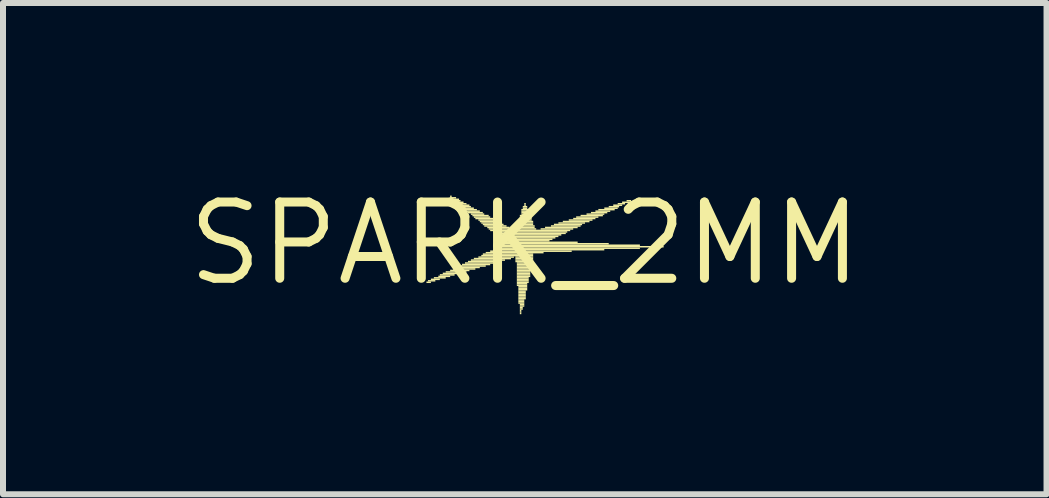
<source format=kicad_pcb>
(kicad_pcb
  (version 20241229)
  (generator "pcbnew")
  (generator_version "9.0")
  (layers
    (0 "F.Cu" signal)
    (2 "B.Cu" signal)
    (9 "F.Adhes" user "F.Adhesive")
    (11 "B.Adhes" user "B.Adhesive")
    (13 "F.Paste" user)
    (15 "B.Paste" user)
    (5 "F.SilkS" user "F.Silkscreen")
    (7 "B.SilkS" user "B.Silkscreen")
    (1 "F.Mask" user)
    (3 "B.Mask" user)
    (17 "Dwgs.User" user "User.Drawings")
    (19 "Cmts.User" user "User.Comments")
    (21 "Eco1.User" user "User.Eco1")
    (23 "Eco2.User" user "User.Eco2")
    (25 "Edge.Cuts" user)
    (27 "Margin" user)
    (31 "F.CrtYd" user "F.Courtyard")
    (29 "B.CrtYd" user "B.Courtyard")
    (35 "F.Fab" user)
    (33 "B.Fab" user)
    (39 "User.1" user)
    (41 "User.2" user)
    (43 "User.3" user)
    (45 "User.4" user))
  (footprint "SPARK_2MM"
    (layer "F.Cu")
    (at 5.692 1.006)
    (property "Reference" "SPARK_2MM" (at 0 0 0) (layer "F.SilkS") (effects (font (size 1.27 1.27) (thickness 0.15))))
    (fp_poly (pts (xy -1.638 0.659) (xy -1.564 0.659) (xy -1.564 0.634) (xy -1.638 0.634)) (stroke (width 0) (type default)) (fill yes) (layer "F.SilkS"))
    (fp_poly (pts (xy -1.613 0.634) (xy -1.49 0.634) (xy -1.49 0.61) (xy -1.613 0.61)) (stroke (width 0) (type default)) (fill yes) (layer "F.SilkS"))
    (fp_poly (pts (xy -1.564 0.61) (xy -1.415 0.61) (xy -1.415 0.585) (xy -1.564 0.585)) (stroke (width 0) (type default)) (fill yes) (layer "F.SilkS"))
    (fp_poly (pts (xy -1.514 0.585) (xy -1.317 0.585) (xy -1.317 0.56) (xy -1.514 0.56)) (stroke (width 0) (type default)) (fill yes) (layer "F.SilkS"))
    (fp_poly (pts (xy -1.44 0.56) (xy -1.243 0.56) (xy -1.243 0.536) (xy -1.44 0.536)) (stroke (width 0) (type default)) (fill yes) (layer "F.SilkS"))
    (fp_poly (pts (xy -1.415 0.536) (xy -1.169 0.536) (xy -1.169 0.511) (xy -1.415 0.511)) (stroke (width 0) (type default)) (fill yes) (layer "F.SilkS"))
    (fp_poly (pts (xy -1.366 0.511) (xy -1.094 0.511) (xy -1.094 0.486) (xy -1.366 0.486)) (stroke (width 0) (type default)) (fill yes) (layer "F.SilkS"))
    (fp_poly (pts (xy -1.317 0.486) (xy -0.971 0.486) (xy -0.971 0.462) (xy -1.317 0.462)) (stroke (width 0) (type default)) (fill yes) (layer "F.SilkS"))
    (fp_poly (pts (xy -1.243 -0.773) (xy -1.218 -0.773) (xy -1.218 -0.798) (xy -1.243 -0.798)) (stroke (width 0) (type default)) (fill yes) (layer "F.SilkS"))
    (fp_poly (pts (xy -1.243 -0.748) (xy -1.144 -0.748) (xy -1.144 -0.773) (xy -1.243 -0.773)) (stroke (width 0) (type default)) (fill yes) (layer "F.SilkS"))
    (fp_poly (pts (xy -1.243 0.462) (xy -0.922 0.462) (xy -0.922 0.437) (xy -1.243 0.437)) (stroke (width 0) (type default)) (fill yes) (layer "F.SilkS"))
    (fp_poly (pts (xy -1.193 -0.724) (xy -1.094 -0.724) (xy -1.094 -0.748) (xy -1.193 -0.748)) (stroke (width 0) (type default)) (fill yes) (layer "F.SilkS"))
    (fp_poly (pts (xy -1.193 0.437) (xy -0.823 0.437) (xy -0.823 0.412) (xy -1.193 0.412)) (stroke (width 0) (type default)) (fill yes) (layer "F.SilkS"))
    (fp_poly (pts (xy -1.169 -0.699) (xy -1.07 -0.699) (xy -1.07 -0.724) (xy -1.169 -0.724)) (stroke (width 0) (type default)) (fill yes) (layer "F.SilkS"))
    (fp_poly (pts (xy -1.169 0.412) (xy -0.749 0.412) (xy -0.749 0.388) (xy -1.169 0.388)) (stroke (width 0) (type default)) (fill yes) (layer "F.SilkS"))
    (fp_poly (pts (xy -1.144 -0.674) (xy -1.02 -0.674) (xy -1.02 -0.699) (xy -1.144 -0.699)) (stroke (width 0) (type default)) (fill yes) (layer "F.SilkS"))
    (fp_poly (pts (xy -1.119 0.388) (xy -0.65 0.388) (xy -0.65 0.363) (xy -1.119 0.363)) (stroke (width 0) (type default)) (fill yes) (layer "F.SilkS"))
    (fp_poly (pts (xy -1.094 -0.65) (xy -0.971 -0.65) (xy -0.971 -0.674) (xy -1.094 -0.674)) (stroke (width 0) (type default)) (fill yes) (layer "F.SilkS"))
    (fp_poly (pts (xy -1.094 -0.625) (xy -0.922 -0.625) (xy -0.922 -0.65) (xy -1.094 -0.65)) (stroke (width 0) (type default)) (fill yes) (layer "F.SilkS"))
    (fp_poly (pts (xy -1.07 -0.6) (xy -0.897 -0.6) (xy -0.897 -0.625) (xy -1.07 -0.625)) (stroke (width 0) (type default)) (fill yes) (layer "F.SilkS"))
    (fp_poly (pts (xy -1.045 0.363) (xy -0.576 0.363) (xy -0.576 0.338) (xy -1.045 0.338)) (stroke (width 0) (type default)) (fill yes) (layer "F.SilkS"))
    (fp_poly (pts (xy -1.02 -0.575) (xy -0.848 -0.575) (xy -0.848 -0.6) (xy -1.02 -0.6)) (stroke (width 0) (type default)) (fill yes) (layer "F.SilkS"))
    (fp_poly (pts (xy -0.996 -0.551) (xy -0.798 -0.551) (xy -0.798 -0.575) (xy -0.996 -0.575)) (stroke (width 0) (type default)) (fill yes) (layer "F.SilkS"))
    (fp_poly (pts (xy -0.996 0.338) (xy -0.502 0.338) (xy -0.502 0.313) (xy -0.996 0.313)) (stroke (width 0) (type default)) (fill yes) (layer "F.SilkS"))
    (fp_poly (pts (xy -0.971 -0.526) (xy -0.749 -0.526) (xy -0.749 -0.551) (xy -0.971 -0.551)) (stroke (width 0) (type default)) (fill yes) (layer "F.SilkS"))
    (fp_poly (pts (xy -0.946 -0.501) (xy -0.699 -0.501) (xy -0.699 -0.526) (xy -0.946 -0.526)) (stroke (width 0) (type default)) (fill yes) (layer "F.SilkS"))
    (fp_poly (pts (xy -0.946 0.313) (xy -0.428 0.313) (xy -0.428 0.289) (xy -0.946 0.289)) (stroke (width 0) (type default)) (fill yes) (layer "F.SilkS"))
    (fp_poly (pts (xy -0.897 -0.477) (xy -0.675 -0.477) (xy -0.675 -0.501) (xy -0.897 -0.501)) (stroke (width 0) (type default)) (fill yes) (layer "F.SilkS"))
    (fp_poly (pts (xy -0.897 0.289) (xy -0.329 0.289) (xy -0.329 0.264) (xy -0.897 0.264)) (stroke (width 0) (type default)) (fill yes) (layer "F.SilkS"))
    (fp_poly (pts (xy -0.872 -0.452) (xy -0.601 -0.452) (xy -0.601 -0.477) (xy -0.872 -0.477)) (stroke (width 0) (type default)) (fill yes) (layer "F.SilkS"))
    (fp_poly (pts (xy -0.848 -0.427) (xy -0.576 -0.427) (xy -0.576 -0.452) (xy -0.848 -0.452)) (stroke (width 0) (type default)) (fill yes) (layer "F.SilkS"))
    (fp_poly (pts (xy -0.848 0.264) (xy -0.23 0.264) (xy -0.23 0.239) (xy -0.848 0.239)) (stroke (width 0) (type default)) (fill yes) (layer "F.SilkS"))
    (fp_poly (pts (xy -0.823 -0.403) (xy -0.526 -0.403) (xy -0.526 -0.427) (xy -0.823 -0.427)) (stroke (width 0) (type default)) (fill yes) (layer "F.SilkS"))
    (fp_poly (pts (xy -0.773 -0.378) (xy -0.477 -0.378) (xy -0.477 -0.403) (xy -0.773 -0.403)) (stroke (width 0) (type default)) (fill yes) (layer "F.SilkS"))
    (fp_poly (pts (xy -0.773 0.239) (xy -0.181 0.239) (xy -0.181 0.215) (xy -0.773 0.215)) (stroke (width 0) (type default)) (fill yes) (layer "F.SilkS"))
    (fp_poly (pts (xy -0.749 -0.353) (xy -0.428 -0.353) (xy -0.428 -0.378) (xy -0.749 -0.378)) (stroke (width 0) (type default)) (fill yes) (layer "F.SilkS"))
    (fp_poly (pts (xy -0.724 -0.329) (xy -0.378 -0.329) (xy -0.378 -0.353) (xy -0.724 -0.353)) (stroke (width 0) (type default)) (fill yes) (layer "F.SilkS"))
    (fp_poly (pts (xy -0.724 0.215) (xy 0.14 0.215) (xy 0.14 0.19) (xy -0.724 0.19)) (stroke (width 0) (type default)) (fill yes) (layer "F.SilkS"))
    (fp_poly (pts (xy -0.699 -0.304) (xy -0.354 -0.304) (xy -0.354 -0.329) (xy -0.699 -0.329)) (stroke (width 0) (type default)) (fill yes) (layer "F.SilkS"))
    (fp_poly (pts (xy -0.699 0.19) (xy 0.14 0.19) (xy 0.14 0.165) (xy -0.699 0.165)) (stroke (width 0) (type default)) (fill yes) (layer "F.SilkS"))
    (fp_poly (pts (xy -0.675 -0.279) (xy -0.304 -0.279) (xy -0.304 -0.304) (xy -0.675 -0.304)) (stroke (width 0) (type default)) (fill yes) (layer "F.SilkS"))
    (fp_poly (pts (xy -0.65 0.165) (xy 0.313 0.165) (xy 0.313 0.141) (xy -0.65 0.141)) (stroke (width 0) (type default)) (fill yes) (layer "F.SilkS"))
    (fp_poly (pts (xy -0.625 -0.254) (xy -0.255 -0.254) (xy -0.255 -0.279) (xy -0.625 -0.279)) (stroke (width 0) (type default)) (fill yes) (layer "F.SilkS"))
    (fp_poly (pts (xy -0.601 -0.23) (xy -0.206 -0.23) (xy -0.206 -0.254) (xy -0.601 -0.254)) (stroke (width 0) (type default)) (fill yes) (layer "F.SilkS"))
    (fp_poly (pts (xy -0.576 -0.205) (xy -0.181 -0.205) (xy -0.181 -0.23) (xy -0.576 -0.23)) (stroke (width 0) (type default)) (fill yes) (layer "F.SilkS"))
    (fp_poly (pts (xy -0.576 0.141) (xy 0.782 0.141) (xy 0.782 0.116) (xy -0.576 0.116)) (stroke (width 0) (type default)) (fill yes) (layer "F.SilkS"))
    (fp_poly (pts (xy -0.526 -0.18) (xy 0.708 -0.18) (xy 0.708 -0.205) (xy -0.526 -0.205)) (stroke (width 0) (type default)) (fill yes) (layer "F.SilkS"))
    (fp_poly (pts (xy -0.526 0.116) (xy 1.325 0.116) (xy 1.325 0.091) (xy -0.526 0.091)) (stroke (width 0) (type default)) (fill yes) (layer "F.SilkS"))
    (fp_poly (pts (xy -0.502 -0.156) (xy 0.683 -0.156) (xy 0.683 -0.18) (xy -0.502 -0.18)) (stroke (width 0) (type default)) (fill yes) (layer "F.SilkS"))
    (fp_poly (pts (xy -0.502 -0.131) (xy 0.609 -0.131) (xy 0.609 -0.156) (xy -0.502 -0.156)) (stroke (width 0) (type default)) (fill yes) (layer "F.SilkS"))
    (fp_poly (pts (xy -0.502 0.091) (xy 1.918 0.091) (xy 1.918 0.067) (xy -0.502 0.067)) (stroke (width 0) (type default)) (fill yes) (layer "F.SilkS"))
    (fp_poly (pts (xy -0.453 -0.106) (xy 0.56 -0.106) (xy 0.56 -0.131) (xy -0.453 -0.131)) (stroke (width 0) (type default)) (fill yes) (layer "F.SilkS"))
    (fp_poly (pts (xy -0.453 0.067) (xy 2.313 0.067) (xy 2.313 0.042) (xy -0.453 0.042)) (stroke (width 0) (type default)) (fill yes) (layer "F.SilkS"))
    (fp_poly (pts (xy -0.428 -0.082) (xy 0.51 -0.082) (xy 0.51 -0.106) (xy -0.428 -0.106)) (stroke (width 0) (type default)) (fill yes) (layer "F.SilkS"))
    (fp_poly (pts (xy -0.378 -0.057) (xy 0.461 -0.057) (xy 0.461 -0.082) (xy -0.378 -0.082)) (stroke (width 0) (type default)) (fill yes) (layer "F.SilkS"))
    (fp_poly (pts (xy -0.378 -0.032) (xy 0.412 -0.032) (xy 0.412 -0.057) (xy -0.378 -0.057)) (stroke (width 0) (type default)) (fill yes) (layer "F.SilkS"))
    (fp_poly (pts (xy -0.378 0.042) (xy 1.918 0.042) (xy 1.918 0.017) (xy -0.378 0.017)) (stroke (width 0) (type default)) (fill yes) (layer "F.SilkS"))
    (fp_poly (pts (xy -0.329 -0.008) (xy 0.881 -0.008) (xy 0.881 -0.032) (xy -0.329 -0.032)) (stroke (width 0) (type default)) (fill yes) (layer "F.SilkS"))
    (fp_poly (pts (xy -0.329 0.017) (xy 1.399 0.017) (xy 1.399 -0.008) (xy -0.329 -0.008)) (stroke (width 0) (type default)) (fill yes) (layer "F.SilkS"))
    (fp_poly (pts (xy -0.156 -0.205) (xy 0.757 -0.205) (xy 0.757 -0.23) (xy -0.156 -0.23)) (stroke (width 0) (type default)) (fill yes) (layer "F.SilkS"))
    (fp_poly (pts (xy -0.156 0.239) (xy 0.14 0.239) (xy 0.14 0.215) (xy -0.156 0.215)) (stroke (width 0) (type default)) (fill yes) (layer "F.SilkS"))
    (fp_poly (pts (xy -0.156 0.264) (xy 0.14 0.264) (xy 0.14 0.239) (xy -0.156 0.239)) (stroke (width 0) (type default)) (fill yes) (layer "F.SilkS"))
    (fp_poly (pts (xy -0.156 0.289) (xy 0.14 0.289) (xy 0.14 0.264) (xy -0.156 0.264)) (stroke (width 0) (type default)) (fill yes) (layer "F.SilkS"))
    (fp_poly (pts (xy -0.156 0.313) (xy 0.14 0.313) (xy 0.14 0.289) (xy -0.156 0.289)) (stroke (width 0) (type default)) (fill yes) (layer "F.SilkS"))
    (fp_poly (pts (xy -0.132 -0.329) (xy 0.14 -0.329) (xy 0.14 -0.353) (xy -0.132 -0.353)) (stroke (width 0) (type default)) (fill yes) (layer "F.SilkS"))
    (fp_poly (pts (xy -0.132 -0.304) (xy 0.14 -0.304) (xy 0.14 -0.329) (xy -0.132 -0.329)) (stroke (width 0) (type default)) (fill yes) (layer "F.SilkS"))
    (fp_poly (pts (xy -0.132 -0.279) (xy 0.165 -0.279) (xy 0.165 -0.304) (xy -0.132 -0.304)) (stroke (width 0) (type default)) (fill yes) (layer "F.SilkS"))
    (fp_poly (pts (xy -0.132 -0.254) (xy 0.165 -0.254) (xy 0.165 -0.279) (xy -0.132 -0.279)) (stroke (width 0) (type default)) (fill yes) (layer "F.SilkS"))
    (fp_poly (pts (xy -0.132 -0.23) (xy 0.19 -0.23) (xy 0.19 -0.254) (xy -0.132 -0.254)) (stroke (width 0) (type default)) (fill yes) (layer "F.SilkS"))
    (fp_poly (pts (xy -0.132 0.338) (xy 0.14 0.338) (xy 0.14 0.313) (xy -0.132 0.313)) (stroke (width 0) (type default)) (fill yes) (layer "F.SilkS"))
    (fp_poly (pts (xy -0.132 0.363) (xy 0.115 0.363) (xy 0.115 0.338) (xy -0.132 0.338)) (stroke (width 0) (type default)) (fill yes) (layer "F.SilkS"))
    (fp_poly (pts (xy -0.132 0.388) (xy 0.115 0.388) (xy 0.115 0.363) (xy -0.132 0.363)) (stroke (width 0) (type default)) (fill yes) (layer "F.SilkS"))
    (fp_poly (pts (xy -0.132 0.412) (xy 0.115 0.412) (xy 0.115 0.388) (xy -0.132 0.388)) (stroke (width 0) (type default)) (fill yes) (layer "F.SilkS"))
    (fp_poly (pts (xy -0.132 0.437) (xy 0.115 0.437) (xy 0.115 0.412) (xy -0.132 0.412)) (stroke (width 0) (type default)) (fill yes) (layer "F.SilkS"))
    (fp_poly (pts (xy -0.132 0.462) (xy 0.091 0.462) (xy 0.091 0.437) (xy -0.132 0.437)) (stroke (width 0) (type default)) (fill yes) (layer "F.SilkS"))
    (fp_poly (pts (xy -0.132 0.486) (xy 0.091 0.486) (xy 0.091 0.462) (xy -0.132 0.462)) (stroke (width 0) (type default)) (fill yes) (layer "F.SilkS"))
    (fp_poly (pts (xy -0.132 0.511) (xy 0.091 0.511) (xy 0.091 0.486) (xy -0.132 0.486)) (stroke (width 0) (type default)) (fill yes) (layer "F.SilkS"))
    (fp_poly (pts (xy -0.132 0.536) (xy 0.091 0.536) (xy 0.091 0.511) (xy -0.132 0.511)) (stroke (width 0) (type default)) (fill yes) (layer "F.SilkS"))
    (fp_poly (pts (xy -0.132 0.56) (xy 0.091 0.56) (xy 0.091 0.536) (xy -0.132 0.536)) (stroke (width 0) (type default)) (fill yes) (layer "F.SilkS"))
    (fp_poly (pts (xy -0.132 0.585) (xy 0.066 0.585) (xy 0.066 0.56) (xy -0.132 0.56)) (stroke (width 0) (type default)) (fill yes) (layer "F.SilkS"))
    (fp_poly (pts (xy -0.132 0.61) (xy 0.066 0.61) (xy 0.066 0.585) (xy -0.132 0.585)) (stroke (width 0) (type default)) (fill yes) (layer "F.SilkS"))
    (fp_poly (pts (xy -0.132 0.634) (xy 0.066 0.634) (xy 0.066 0.61) (xy -0.132 0.61)) (stroke (width 0) (type default)) (fill yes) (layer "F.SilkS"))
    (fp_poly (pts (xy -0.132 0.659) (xy 0.066 0.659) (xy 0.066 0.634) (xy -0.132 0.634)) (stroke (width 0) (type default)) (fill yes) (layer "F.SilkS"))
    (fp_poly (pts (xy -0.132 0.684) (xy 0.041 0.684) (xy 0.041 0.659) (xy -0.132 0.659)) (stroke (width 0) (type default)) (fill yes) (layer "F.SilkS"))
    (fp_poly (pts (xy -0.132 0.709) (xy 0.041 0.709) (xy 0.041 0.684) (xy -0.132 0.684)) (stroke (width 0) (type default)) (fill yes) (layer "F.SilkS"))
    (fp_poly (pts (xy -0.107 -0.378) (xy 0.115 -0.378) (xy 0.115 -0.403) (xy -0.107 -0.403)) (stroke (width 0) (type default)) (fill yes) (layer "F.SilkS"))
    (fp_poly (pts (xy -0.107 -0.353) (xy 0.14 -0.353) (xy 0.14 -0.378) (xy -0.107 -0.378)) (stroke (width 0) (type default)) (fill yes) (layer "F.SilkS"))
    (fp_poly (pts (xy -0.107 0.733) (xy 0.041 0.733) (xy 0.041 0.709) (xy -0.107 0.709)) (stroke (width 0) (type default)) (fill yes) (layer "F.SilkS"))
    (fp_poly (pts (xy -0.107 0.758) (xy 0.041 0.758) (xy 0.041 0.733) (xy -0.107 0.733)) (stroke (width 0) (type default)) (fill yes) (layer "F.SilkS"))
    (fp_poly (pts (xy -0.107 0.783) (xy 0.041 0.783) (xy 0.041 0.758) (xy -0.107 0.758)) (stroke (width 0) (type default)) (fill yes) (layer "F.SilkS"))
    (fp_poly (pts (xy -0.107 0.807) (xy 0.017 0.807) (xy 0.017 0.783) (xy -0.107 0.783)) (stroke (width 0) (type default)) (fill yes) (layer "F.SilkS"))
    (fp_poly (pts (xy -0.107 0.832) (xy 0.017 0.832) (xy 0.017 0.807) (xy -0.107 0.807)) (stroke (width 0) (type default)) (fill yes) (layer "F.SilkS"))
    (fp_poly (pts (xy -0.107 0.857) (xy 0.017 0.857) (xy 0.017 0.832) (xy -0.107 0.832)) (stroke (width 0) (type default)) (fill yes) (layer "F.SilkS"))
    (fp_poly (pts (xy -0.107 0.881) (xy 0.017 0.881) (xy 0.017 0.857) (xy -0.107 0.857)) (stroke (width 0) (type default)) (fill yes) (layer "F.SilkS"))
    (fp_poly (pts (xy -0.107 0.906) (xy 0.017 0.906) (xy 0.017 0.881) (xy -0.107 0.881)) (stroke (width 0) (type default)) (fill yes) (layer "F.SilkS"))
    (fp_poly (pts (xy -0.107 0.931) (xy 0.017 0.931) (xy 0.017 0.906) (xy -0.107 0.906)) (stroke (width 0) (type default)) (fill yes) (layer "F.SilkS"))
    (fp_poly (pts (xy -0.107 0.955) (xy -0.008 0.955) (xy -0.008 0.931) (xy -0.107 0.931)) (stroke (width 0) (type default)) (fill yes) (layer "F.SilkS"))
    (fp_poly (pts (xy -0.107 0.98) (xy -0.008 0.98) (xy -0.008 0.955) (xy -0.107 0.955)) (stroke (width 0) (type default)) (fill yes) (layer "F.SilkS"))
    (fp_poly (pts (xy -0.107 1.005) (xy -0.008 1.005) (xy -0.008 0.98) (xy -0.107 0.98)) (stroke (width 0) (type default)) (fill yes) (layer "F.SilkS"))
    (fp_poly (pts (xy -0.082 -0.452) (xy 0.091 -0.452) (xy 0.091 -0.477) (xy -0.082 -0.477)) (stroke (width 0) (type default)) (fill yes) (layer "F.SilkS"))
    (fp_poly (pts (xy -0.082 -0.427) (xy 0.115 -0.427) (xy 0.115 -0.452) (xy -0.082 -0.452)) (stroke (width 0) (type default)) (fill yes) (layer "F.SilkS"))
    (fp_poly (pts (xy -0.082 -0.403) (xy 0.115 -0.403) (xy 0.115 -0.427) (xy -0.082 -0.427)) (stroke (width 0) (type default)) (fill yes) (layer "F.SilkS"))
    (fp_poly (pts (xy -0.082 1.03) (xy -0.008 1.03) (xy -0.008 1.005) (xy -0.082 1.005)) (stroke (width 0) (type default)) (fill yes) (layer "F.SilkS"))
    (fp_poly (pts (xy -0.082 1.054) (xy -0.008 1.054) (xy -0.008 1.03) (xy -0.082 1.03)) (stroke (width 0) (type default)) (fill yes) (layer "F.SilkS"))
    (fp_poly (pts (xy -0.082 1.079) (xy -0.033 1.079) (xy -0.033 1.054) (xy -0.082 1.054)) (stroke (width 0) (type default)) (fill yes) (layer "F.SilkS"))
    (fp_poly (pts (xy -0.082 1.104) (xy -0.033 1.104) (xy -0.033 1.079) (xy -0.082 1.079)) (stroke (width 0) (type default)) (fill yes) (layer "F.SilkS"))
    (fp_poly (pts (xy -0.082 1.128) (xy -0.057 1.128) (xy -0.057 1.104) (xy -0.082 1.104)) (stroke (width 0) (type default)) (fill yes) (layer "F.SilkS"))
    (fp_poly (pts (xy -0.082 1.153) (xy -0.057 1.153) (xy -0.057 1.128) (xy -0.082 1.128)) (stroke (width 0) (type default)) (fill yes) (layer "F.SilkS"))
    (fp_poly (pts (xy -0.082 1.178) (xy -0.057 1.178) (xy -0.057 1.153) (xy -0.082 1.153)) (stroke (width 0) (type default)) (fill yes) (layer "F.SilkS"))
    (fp_poly (pts (xy -0.057 -0.551) (xy 0.066 -0.551) (xy 0.066 -0.575) (xy -0.057 -0.575)) (stroke (width 0) (type default)) (fill yes) (layer "F.SilkS"))
    (fp_poly (pts (xy -0.057 -0.526) (xy 0.066 -0.526) (xy 0.066 -0.551) (xy -0.057 -0.551)) (stroke (width 0) (type default)) (fill yes) (layer "F.SilkS"))
    (fp_poly (pts (xy -0.057 -0.501) (xy 0.066 -0.501) (xy 0.066 -0.526) (xy -0.057 -0.526)) (stroke (width 0) (type default)) (fill yes) (layer "F.SilkS"))
    (fp_poly (pts (xy -0.057 -0.477) (xy 0.091 -0.477) (xy 0.091 -0.501) (xy -0.057 -0.501)) (stroke (width 0) (type default)) (fill yes) (layer "F.SilkS"))
    (fp_poly (pts (xy -0.033 -0.6) (xy 0.041 -0.6) (xy 0.041 -0.625) (xy -0.033 -0.625)) (stroke (width 0) (type default)) (fill yes) (layer "F.SilkS"))
    (fp_poly (pts (xy -0.033 -0.575) (xy 0.041 -0.575) (xy 0.041 -0.6) (xy -0.033 -0.6)) (stroke (width 0) (type default)) (fill yes) (layer "F.SilkS"))
    (fp_poly (pts (xy -0.008 -0.65) (xy 0.017 -0.65) (xy 0.017 -0.674) (xy -0.008 -0.674)) (stroke (width 0) (type default)) (fill yes) (layer "F.SilkS"))
    (fp_poly (pts (xy -0.008 -0.625) (xy 0.017 -0.625) (xy 0.017 -0.65) (xy -0.008 -0.65)) (stroke (width 0) (type default)) (fill yes) (layer "F.SilkS"))
    (fp_poly (pts (xy 0.264 -0.23) (xy 0.807 -0.23) (xy 0.807 -0.254) (xy 0.264 -0.254)) (stroke (width 0) (type default)) (fill yes) (layer "F.SilkS"))
    (fp_poly (pts (xy 0.338 -0.254) (xy 0.881 -0.254) (xy 0.881 -0.279) (xy 0.338 -0.279)) (stroke (width 0) (type default)) (fill yes) (layer "F.SilkS"))
    (fp_poly (pts (xy 0.436 -0.279) (xy 0.93 -0.279) (xy 0.93 -0.304) (xy 0.436 -0.304)) (stroke (width 0) (type default)) (fill yes) (layer "F.SilkS"))
    (fp_poly (pts (xy 0.486 -0.304) (xy 0.955 -0.304) (xy 0.955 -0.329) (xy 0.486 -0.329)) (stroke (width 0) (type default)) (fill yes) (layer "F.SilkS"))
    (fp_poly (pts (xy 0.56 -0.329) (xy 1.004 -0.329) (xy 1.004 -0.353) (xy 0.56 -0.353)) (stroke (width 0) (type default)) (fill yes) (layer "F.SilkS"))
    (fp_poly (pts (xy 0.634 -0.353) (xy 1.078 -0.353) (xy 1.078 -0.378) (xy 0.634 -0.378)) (stroke (width 0) (type default)) (fill yes) (layer "F.SilkS"))
    (fp_poly (pts (xy 0.733 -0.378) (xy 1.128 -0.378) (xy 1.128 -0.403) (xy 0.733 -0.403)) (stroke (width 0) (type default)) (fill yes) (layer "F.SilkS"))
    (fp_poly (pts (xy 0.807 -0.403) (xy 1.177 -0.403) (xy 1.177 -0.427) (xy 0.807 -0.427)) (stroke (width 0) (type default)) (fill yes) (layer "F.SilkS"))
    (fp_poly (pts (xy 0.856 -0.427) (xy 1.226 -0.427) (xy 1.226 -0.452) (xy 0.856 -0.452)) (stroke (width 0) (type default)) (fill yes) (layer "F.SilkS"))
    (fp_poly (pts (xy 0.93 -0.452) (xy 1.301 -0.452) (xy 1.301 -0.477) (xy 0.93 -0.477)) (stroke (width 0) (type default)) (fill yes) (layer "F.SilkS"))
    (fp_poly (pts (xy 1.029 -0.477) (xy 1.325 -0.477) (xy 1.325 -0.501) (xy 1.029 -0.501)) (stroke (width 0) (type default)) (fill yes) (layer "F.SilkS"))
    (fp_poly (pts (xy 1.103 -0.501) (xy 1.375 -0.501) (xy 1.375 -0.526) (xy 1.103 -0.526)) (stroke (width 0) (type default)) (fill yes) (layer "F.SilkS"))
    (fp_poly (pts (xy 1.177 -0.526) (xy 1.424 -0.526) (xy 1.424 -0.551) (xy 1.177 -0.551)) (stroke (width 0) (type default)) (fill yes) (layer "F.SilkS"))
    (fp_poly (pts (xy 1.226 -0.551) (xy 1.498 -0.551) (xy 1.498 -0.575) (xy 1.226 -0.575)) (stroke (width 0) (type default)) (fill yes) (layer "F.SilkS"))
    (fp_poly (pts (xy 1.325 -0.575) (xy 1.548 -0.575) (xy 1.548 -0.6) (xy 1.325 -0.6)) (stroke (width 0) (type default)) (fill yes) (layer "F.SilkS"))
    (fp_poly (pts (xy 1.399 -0.6) (xy 1.572 -0.6) (xy 1.572 -0.625) (xy 1.399 -0.625)) (stroke (width 0) (type default)) (fill yes) (layer "F.SilkS"))
    (fp_poly (pts (xy 1.474 -0.625) (xy 1.622 -0.625) (xy 1.622 -0.65) (xy 1.474 -0.65)) (stroke (width 0) (type default)) (fill yes) (layer "F.SilkS"))
    (fp_poly (pts (xy 1.548 -0.65) (xy 1.671 -0.65) (xy 1.671 -0.674) (xy 1.548 -0.674)) (stroke (width 0) (type default)) (fill yes) (layer "F.SilkS"))
    (fp_poly (pts (xy 1.622 -0.674) (xy 1.745 -0.674) (xy 1.745 -0.699) (xy 1.622 -0.699)) (stroke (width 0) (type default)) (fill yes) (layer "F.SilkS"))
    (fp_poly (pts (xy 1.696 -0.699) (xy 1.77 -0.699) (xy 1.77 -0.724) (xy 1.696 -0.724)) (stroke (width 0) (type default)) (fill yes) (layer "F.SilkS")))
  (gr_rect
    (start -3 -3)
    (end 14.384 5.184)
    (stroke (width 0.1) (type default))
    (fill no)
    (layer "Edge.Cuts")))
</source>
